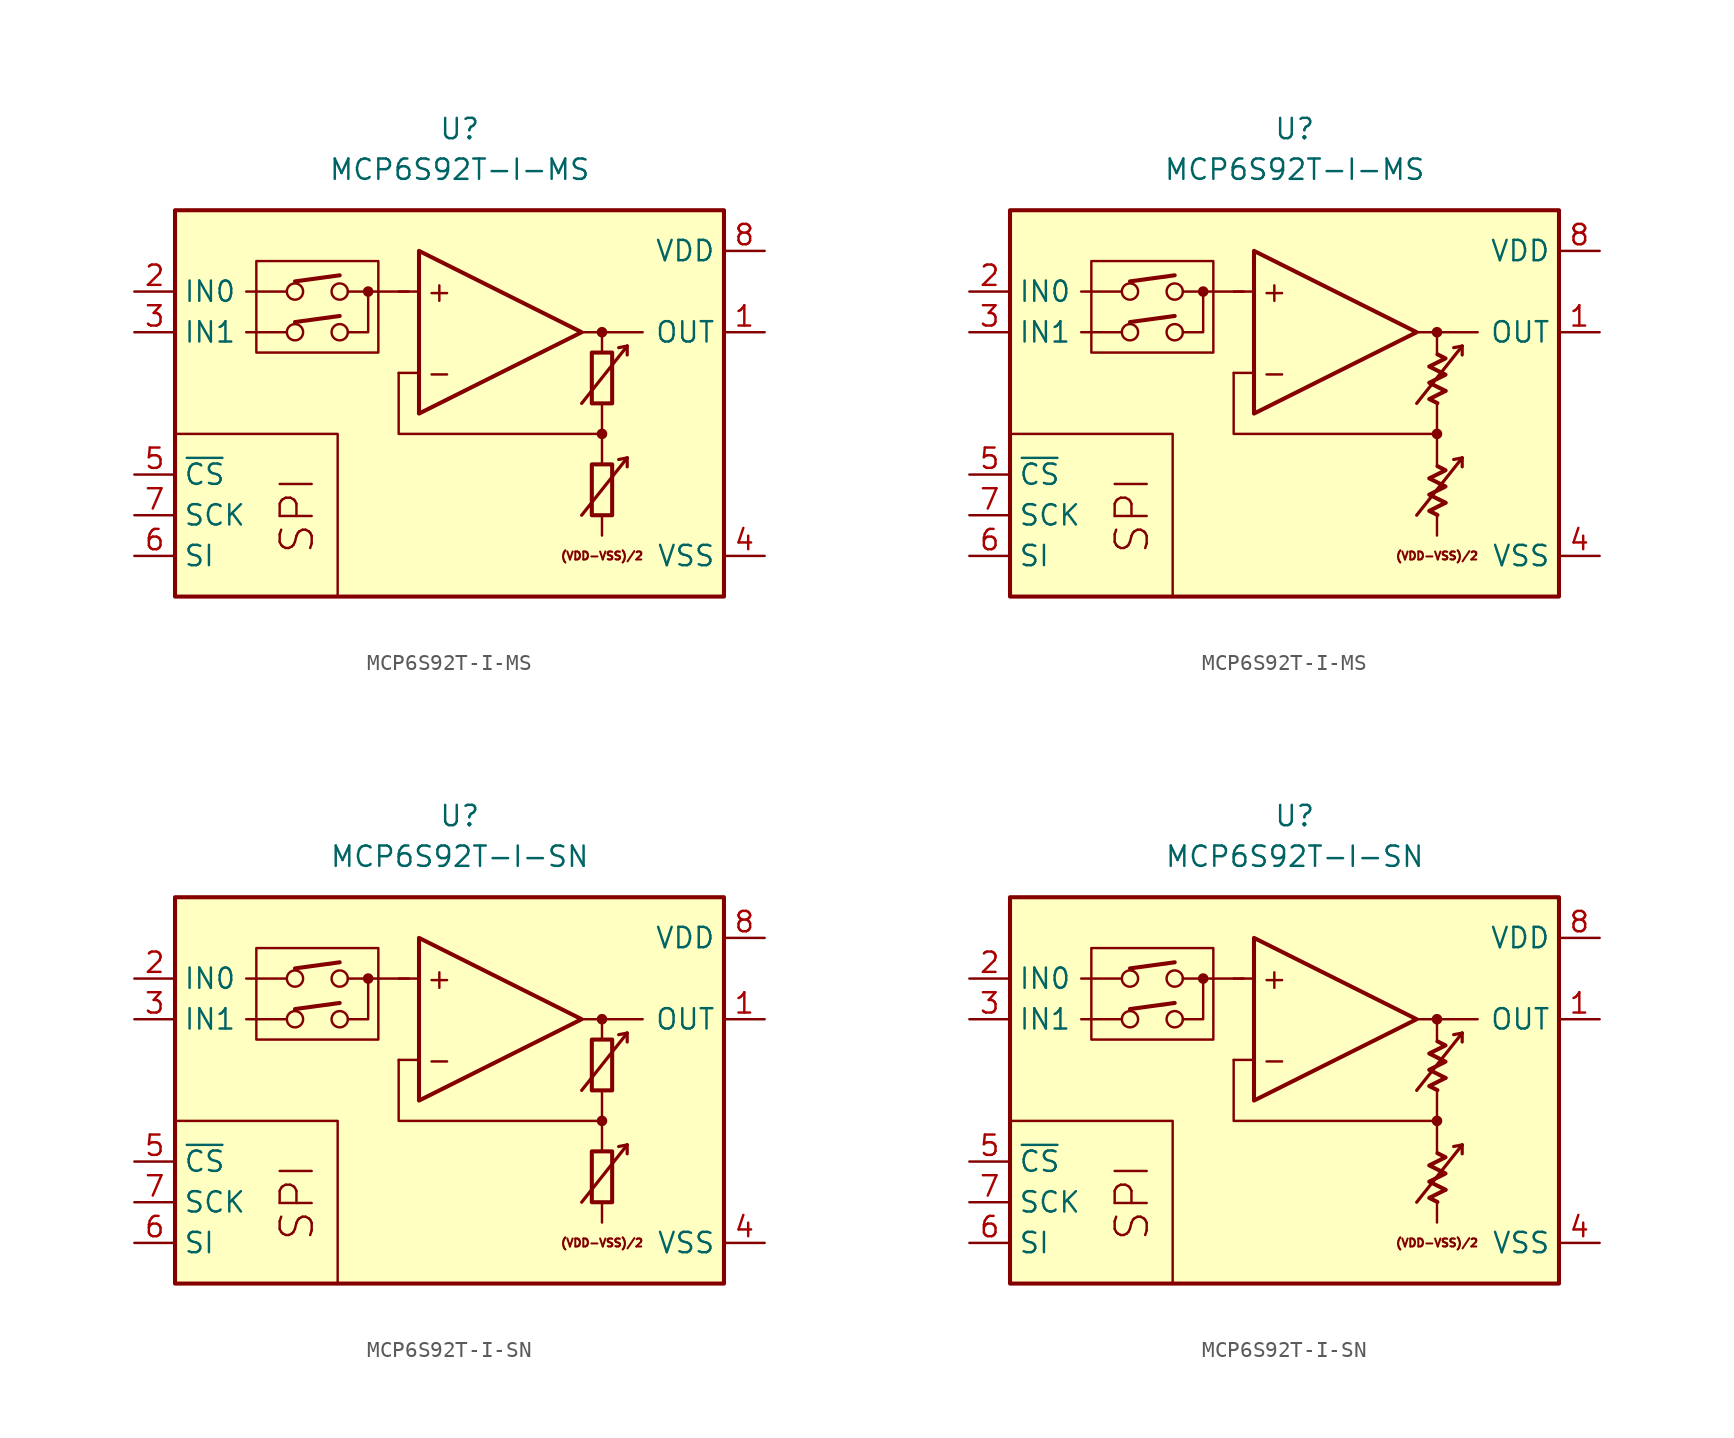
<source format=kicad_sym>
(kicad_symbol_lib
  (version 20231120)
  (generator "kicad_symbol_editor")
  (generator_version "8.0")
  (symbol "MCP6S92T-I-MS"
    (property "Reference" "U"
      (at 0 17.78 0)
      (effects (font (size 1.27 1.27))))
    (property "Value" "MCP6S92T-I-MS"
      (at 0 15.24 0)
      (effects (font (size 1.27 1.27))))
    (symbol "MCP6S92T-I-MS_0_0"
      (rectangle (start -17.78 12.7) (end 16.51 -11.43) (stroke (width 0.254) (type default)) (fill (type background)))
      (rectangle (start -12.7 9.525) (end -5.08 3.81) (stroke (width 0.152) (type default)) (fill (type none)))
      (circle (center -10.287 5.08) (radius 0.508) (stroke (width 0) (type default)) (fill (type none)))
      (circle (center -10.287 7.62) (radius 0.508) (stroke (width 0) (type default)) (fill (type none)))
      (circle (center -7.493 5.08) (radius 0.508) (stroke (width 0) (type default)) (fill (type none)))
      (circle (center -7.493 7.62) (radius 0.508) (stroke (width 0) (type default)) (fill (type none)))
      (circle (center -5.715 7.62) (radius 0.254) (stroke (width 0.152) (type default)) (fill (type outline)))
      (polyline (pts (xy 8.89 -3.81)) (stroke (width 0.152) (type default)) (fill (type none)))
      (polyline (pts (xy 8.89 -3.81)) (stroke (width 0.152) (type default)) (fill (type none)))
      (polyline (pts (xy 8.89 -3.175)) (stroke (width 0.152) (type default)) (fill (type none)))
      (polyline (pts (xy 8.89 3.175)) (stroke (width 0.152) (type default)) (fill (type none)))
      (polyline (pts (xy 8.89 3.81)) (stroke (width 0.152) (type default)) (fill (type none)))
      (polyline (pts (xy 8.89 3.81)) (stroke (width 0.152) (type default)) (fill (type none)))
      (polyline (pts (xy -10.795 5.08) (xy -13.335 5.08)) (stroke (width 0.152) (type default)) (fill (type none)))
      (polyline (pts (xy -10.795 7.62) (xy -13.335 7.62)) (stroke (width 0.152) (type default)) (fill (type none)))
      (polyline (pts (xy -10.287 5.715) (xy -7.493 6.096)) (stroke (width 0.254) (type default)) (fill (type none)))
      (polyline (pts (xy -10.287 8.255) (xy -7.493 8.636)) (stroke (width 0.254) (type default)) (fill (type none)))
      (polyline (pts (xy -3.175 7.62) (xy -6.985 7.62)) (stroke (width 0.152) (type default)) (fill (type none)))
      (polyline (pts (xy -2.54 2.54) (xy -3.81 2.54)) (stroke (width 0.152) (type default)) (fill (type none)))
      (polyline (pts (xy -2.54 7.62) (xy -3.81 7.62)) (stroke (width 0.152) (type default)) (fill (type none)))
      (polyline (pts (xy 7.62 5.08) (xy 11.43 5.08)) (stroke (width 0.152) (type default)) (fill (type none)))
      (polyline (pts (xy 8.89 -6.35) (xy 8.89 -7.62)) (stroke (width 0.152) (type default)) (fill (type none)))
      (polyline (pts (xy 8.89 -1.27) (xy 8.89 -3.175)) (stroke (width 0.152) (type default)) (fill (type none)))
      (polyline (pts (xy 8.89 0.635) (xy 8.89 -1.27)) (stroke (width 0.152) (type default)) (fill (type none)))
      (polyline (pts (xy 8.89 5.08) (xy 8.89 3.81)) (stroke (width 0.152) (type default)) (fill (type none)))
      (polyline (pts (xy -7.62 -11.43) (xy -7.62 -1.27) (xy -17.78 -1.27)) (stroke (width 0.152) (type default)) (fill (type none)))
      (polyline (pts (xy -6.985 5.08) (xy -5.715 5.08) (xy -5.715 7.62)) (stroke (width 0.152) (type default)) (fill (type none)))
      (polyline (pts (xy 8.89 -1.27) (xy -3.81 -1.27) (xy -3.81 2.54)) (stroke (width 0.152) (type default)) (fill (type none)))
      (circle (center 8.89 -1.27) (radius 0.254) (stroke (width 0.152) (type default)) (fill (type outline)))
      (circle (center 8.89 5.08) (radius 0.254) (stroke (width 0.152) (type default)) (fill (type outline)))
      (text "(VDD-VSS)/2" (at 8.89 -8.89 0) (effects (font (size 0.5 0.5))))
      (text "+" (at -1.27 7.62 0) (effects (font (size 1.27 1.27))))
      (text "-" (at -1.27 2.54 0) (effects (font (size 1.27 1.27))))
      (text "SPI" (at -10.16 -6.35 900) (effects (font (size 2 2)))))
    (symbol "MCP6S92T-I-MS_0_1"
      (rectangle (start 8.255 -3.175) (end 9.525 -6.35) (stroke (width 0.254) (type default)) (fill (type none)))
      (rectangle (start 8.255 3.81) (end 9.525 0.635) (stroke (width 0.254) (type default)) (fill (type none))))
    (symbol "MCP6S92T-I-MS_0_2"
      (polyline (pts (xy 9.422 -5.572) (xy 8.406 -6.08) (xy 8.915 -6.333)) (stroke (width 0.254) (type default)) (fill (type none)))
      (polyline (pts (xy 9.422 1.413) (xy 8.406 0.905) (xy 8.915 0.651)) (stroke (width 0.254) (type default)) (fill (type none)))
      (polyline (pts (xy 8.915 -3.285) (xy 9.422 -3.539) (xy 8.406 -4.048) (xy 9.422 -4.556) (xy 8.406 -5.064) (xy 9.422 -5.572)) (stroke (width 0.254) (type default)) (fill (type none)))
      (polyline (pts (xy 8.915 3.7) (xy 9.422 3.446) (xy 8.406 2.938) (xy 9.422 2.429) (xy 8.406 1.921) (xy 9.422 1.413)) (stroke (width 0.254) (type default)) (fill (type none))))
    (symbol "MCP6S92T-I-MS_1_0"
      (polyline (pts (xy 10.465 -2.769) (xy 9.931 -2.87)) (stroke (width 0.2) (type default)) (fill (type none)))
      (polyline (pts (xy 10.465 -2.769) (xy 10.465 -3.327)) (stroke (width 0.2) (type default)) (fill (type none)))
      (polyline (pts (xy 10.465 4.216) (xy 9.931 4.115)) (stroke (width 0.2) (type default)) (fill (type none)))
      (polyline (pts (xy 10.465 4.216) (xy 10.465 3.658)) (stroke (width 0.2) (type default)) (fill (type none)))
      (polyline (pts (xy -2.54 10.16) (xy -2.54 0) (xy 7.62 5.08) (xy -2.54 10.16)) (stroke (width 0.254) (type default)) (fill (type background)))
      (polyline (pts (xy 7.62 -6.35) (xy 10.465 -2.769) (xy 10.465 -2.769) (xy 10.465 -2.769)) (stroke (width 0.2) (type default)) (fill (type none)))
      (polyline (pts (xy 7.62 0.635) (xy 10.465 4.216) (xy 10.465 4.216) (xy 10.465 4.216)) (stroke (width 0.2) (type default)) (fill (type none))))
    (symbol "MCP6S92T-I-MS_1_1"
      (pin output line (at 19.05 5.08 180) (length 2.54) (name "OUT" (effects (font (size 1.27 1.27)))) (number "1" (effects (font (size 1.27 1.27)))))
      (pin input line (at -20.32 7.62 0) (length 2.54) (name "IN0" (effects (font (size 1.27 1.27)))) (number "2" (effects (font (size 1.27 1.27)))))
      (pin input line (at -20.32 5.08 0) (length 2.54) (name "IN1" (effects (font (size 1.27 1.27)))) (number "3" (effects (font (size 1.27 1.27)))))
      (pin power_in line (at 19.05 -8.89 180) (length 2.54) (name "VSS" (effects (font (size 1.27 1.27)))) (number "4" (effects (font (size 1.27 1.27)))))
      (pin input line (at -20.32 -3.81 0) (length 2.54) (name "~{CS}" (effects (font (size 1.27 1.27)))) (number "5" (effects (font (size 1.27 1.27)))))
      (pin input line (at -20.32 -8.89 0) (length 2.54) (name "SI" (effects (font (size 1.27 1.27)))) (number "6" (effects (font (size 1.27 1.27)))))
      (pin input line (at -20.32 -6.35 0) (length 2.54) (name "SCK" (effects (font (size 1.27 1.27)))) (number "7" (effects (font (size 1.27 1.27)))))
      (pin power_in line (at 19.05 10.16 180) (length 2.54) (name "VDD" (effects (font (size 1.27 1.27)))) (number "8" (effects (font (size 1.27 1.27))))))
    (symbol "MCP6S92T-I-MS_1_2"
      (pin output line (at 19.05 5.08 180) (length 2.54) (name "OUT" (effects (font (size 1.27 1.27)))) (number "1" (effects (font (size 1.27 1.27)))))
      (pin input line (at -20.32 7.62 0) (length 2.54) (name "IN0" (effects (font (size 1.27 1.27)))) (number "2" (effects (font (size 1.27 1.27)))))
      (pin input line (at -20.32 5.08 0) (length 2.54) (name "IN1" (effects (font (size 1.27 1.27)))) (number "3" (effects (font (size 1.27 1.27)))))
      (pin power_in line (at 19.05 -8.89 180) (length 2.54) (name "VSS" (effects (font (size 1.27 1.27)))) (number "4" (effects (font (size 1.27 1.27)))))
      (pin input line (at -20.32 -3.81 0) (length 2.54) (name "~{CS}" (effects (font (size 1.27 1.27)))) (number "5" (effects (font (size 1.27 1.27)))))
      (pin input line (at -20.32 -8.89 0) (length 2.54) (name "SI" (effects (font (size 1.27 1.27)))) (number "6" (effects (font (size 1.27 1.27)))))
      (pin input line (at -20.32 -6.35 0) (length 2.54) (name "SCK" (effects (font (size 1.27 1.27)))) (number "7" (effects (font (size 1.27 1.27)))))
      (pin power_in line (at 19.05 10.16 180) (length 2.54) (name "VDD" (effects (font (size 1.27 1.27)))) (number "8" (effects (font (size 1.27 1.27)))))))
  (symbol "MCP6S92T-I-SN"
    (property "Reference" "U"
      (at 0 17.78 0)
      (effects (font (size 1.27 1.27))))
    (property "Value" "MCP6S92T-I-SN"
      (at 0 15.24 0)
      (effects (font (size 1.27 1.27))))
    (symbol "MCP6S92T-I-SN_0_0"
      (rectangle (start -17.78 12.7) (end 16.51 -11.43) (stroke (width 0.254) (type default)) (fill (type background)))
      (rectangle (start -12.7 9.525) (end -5.08 3.81) (stroke (width 0.152) (type default)) (fill (type none)))
      (circle (center -10.287 5.08) (radius 0.508) (stroke (width 0) (type default)) (fill (type none)))
      (circle (center -10.287 7.62) (radius 0.508) (stroke (width 0) (type default)) (fill (type none)))
      (circle (center -7.493 5.08) (radius 0.508) (stroke (width 0) (type default)) (fill (type none)))
      (circle (center -7.493 7.62) (radius 0.508) (stroke (width 0) (type default)) (fill (type none)))
      (circle (center -5.715 7.62) (radius 0.254) (stroke (width 0.152) (type default)) (fill (type outline)))
      (polyline (pts (xy 8.89 -3.81)) (stroke (width 0.152) (type default)) (fill (type none)))
      (polyline (pts (xy 8.89 -3.81)) (stroke (width 0.152) (type default)) (fill (type none)))
      (polyline (pts (xy 8.89 -3.175)) (stroke (width 0.152) (type default)) (fill (type none)))
      (polyline (pts (xy 8.89 3.175)) (stroke (width 0.152) (type default)) (fill (type none)))
      (polyline (pts (xy 8.89 3.81)) (stroke (width 0.152) (type default)) (fill (type none)))
      (polyline (pts (xy 8.89 3.81)) (stroke (width 0.152) (type default)) (fill (type none)))
      (polyline (pts (xy -10.795 5.08) (xy -13.335 5.08)) (stroke (width 0.152) (type default)) (fill (type none)))
      (polyline (pts (xy -10.795 7.62) (xy -13.335 7.62)) (stroke (width 0.152) (type default)) (fill (type none)))
      (polyline (pts (xy -10.287 5.715) (xy -7.493 6.096)) (stroke (width 0.254) (type default)) (fill (type none)))
      (polyline (pts (xy -10.287 8.255) (xy -7.493 8.636)) (stroke (width 0.254) (type default)) (fill (type none)))
      (polyline (pts (xy -3.175 7.62) (xy -6.985 7.62)) (stroke (width 0.152) (type default)) (fill (type none)))
      (polyline (pts (xy -2.54 2.54) (xy -3.81 2.54)) (stroke (width 0.152) (type default)) (fill (type none)))
      (polyline (pts (xy -2.54 7.62) (xy -3.81 7.62)) (stroke (width 0.152) (type default)) (fill (type none)))
      (polyline (pts (xy 7.62 5.08) (xy 11.43 5.08)) (stroke (width 0.152) (type default)) (fill (type none)))
      (polyline (pts (xy 8.89 -6.35) (xy 8.89 -7.62)) (stroke (width 0.152) (type default)) (fill (type none)))
      (polyline (pts (xy 8.89 -1.27) (xy 8.89 -3.175)) (stroke (width 0.152) (type default)) (fill (type none)))
      (polyline (pts (xy 8.89 0.635) (xy 8.89 -1.27)) (stroke (width 0.152) (type default)) (fill (type none)))
      (polyline (pts (xy 8.89 5.08) (xy 8.89 3.81)) (stroke (width 0.152) (type default)) (fill (type none)))
      (polyline (pts (xy -7.62 -11.43) (xy -7.62 -1.27) (xy -17.78 -1.27)) (stroke (width 0.152) (type default)) (fill (type none)))
      (polyline (pts (xy -6.985 5.08) (xy -5.715 5.08) (xy -5.715 7.62)) (stroke (width 0.152) (type default)) (fill (type none)))
      (polyline (pts (xy 8.89 -1.27) (xy -3.81 -1.27) (xy -3.81 2.54)) (stroke (width 0.152) (type default)) (fill (type none)))
      (circle (center 8.89 -1.27) (radius 0.254) (stroke (width 0.152) (type default)) (fill (type outline)))
      (circle (center 8.89 5.08) (radius 0.254) (stroke (width 0.152) (type default)) (fill (type outline)))
      (text "(VDD-VSS)/2" (at 8.89 -8.89 0) (effects (font (size 0.5 0.5))))
      (text "+" (at -1.27 7.62 0) (effects (font (size 1.27 1.27))))
      (text "-" (at -1.27 2.54 0) (effects (font (size 1.27 1.27))))
      (text "SPI" (at -10.16 -6.35 900) (effects (font (size 2 2)))))
    (symbol "MCP6S92T-I-SN_0_1"
      (rectangle (start 8.255 -3.175) (end 9.525 -6.35) (stroke (width 0.254) (type default)) (fill (type none)))
      (rectangle (start 8.255 3.81) (end 9.525 0.635) (stroke (width 0.254) (type default)) (fill (type none))))
    (symbol "MCP6S92T-I-SN_0_2"
      (polyline (pts (xy 9.422 -5.572) (xy 8.406 -6.08) (xy 8.915 -6.333)) (stroke (width 0.254) (type default)) (fill (type none)))
      (polyline (pts (xy 9.422 1.413) (xy 8.406 0.905) (xy 8.915 0.651)) (stroke (width 0.254) (type default)) (fill (type none)))
      (polyline (pts (xy 8.915 -3.285) (xy 9.422 -3.539) (xy 8.406 -4.048) (xy 9.422 -4.556) (xy 8.406 -5.064) (xy 9.422 -5.572)) (stroke (width 0.254) (type default)) (fill (type none)))
      (polyline (pts (xy 8.915 3.7) (xy 9.422 3.446) (xy 8.406 2.938) (xy 9.422 2.429) (xy 8.406 1.921) (xy 9.422 1.413)) (stroke (width 0.254) (type default)) (fill (type none))))
    (symbol "MCP6S92T-I-SN_1_0"
      (polyline (pts (xy 10.465 -2.769) (xy 9.931 -2.87)) (stroke (width 0.2) (type default)) (fill (type none)))
      (polyline (pts (xy 10.465 -2.769) (xy 10.465 -3.327)) (stroke (width 0.2) (type default)) (fill (type none)))
      (polyline (pts (xy 10.465 4.216) (xy 9.931 4.115)) (stroke (width 0.2) (type default)) (fill (type none)))
      (polyline (pts (xy 10.465 4.216) (xy 10.465 3.658)) (stroke (width 0.2) (type default)) (fill (type none)))
      (polyline (pts (xy -2.54 10.16) (xy -2.54 0) (xy 7.62 5.08) (xy -2.54 10.16)) (stroke (width 0.254) (type default)) (fill (type background)))
      (polyline (pts (xy 7.62 -6.35) (xy 10.465 -2.769) (xy 10.465 -2.769) (xy 10.465 -2.769)) (stroke (width 0.2) (type default)) (fill (type none)))
      (polyline (pts (xy 7.62 0.635) (xy 10.465 4.216) (xy 10.465 4.216) (xy 10.465 4.216)) (stroke (width 0.2) (type default)) (fill (type none))))
    (symbol "MCP6S92T-I-SN_1_1"
      (pin output line (at 19.05 5.08 180) (length 2.54) (name "OUT" (effects (font (size 1.27 1.27)))) (number "1" (effects (font (size 1.27 1.27)))))
      (pin input line (at -20.32 7.62 0) (length 2.54) (name "IN0" (effects (font (size 1.27 1.27)))) (number "2" (effects (font (size 1.27 1.27)))))
      (pin input line (at -20.32 5.08 0) (length 2.54) (name "IN1" (effects (font (size 1.27 1.27)))) (number "3" (effects (font (size 1.27 1.27)))))
      (pin power_in line (at 19.05 -8.89 180) (length 2.54) (name "VSS" (effects (font (size 1.27 1.27)))) (number "4" (effects (font (size 1.27 1.27)))))
      (pin input line (at -20.32 -3.81 0) (length 2.54) (name "~{CS}" (effects (font (size 1.27 1.27)))) (number "5" (effects (font (size 1.27 1.27)))))
      (pin input line (at -20.32 -8.89 0) (length 2.54) (name "SI" (effects (font (size 1.27 1.27)))) (number "6" (effects (font (size 1.27 1.27)))))
      (pin input line (at -20.32 -6.35 0) (length 2.54) (name "SCK" (effects (font (size 1.27 1.27)))) (number "7" (effects (font (size 1.27 1.27)))))
      (pin power_in line (at 19.05 10.16 180) (length 2.54) (name "VDD" (effects (font (size 1.27 1.27)))) (number "8" (effects (font (size 1.27 1.27))))))
    (symbol "MCP6S92T-I-SN_1_2"
      (pin output line (at 19.05 5.08 180) (length 2.54) (name "OUT" (effects (font (size 1.27 1.27)))) (number "1" (effects (font (size 1.27 1.27)))))
      (pin input line (at -20.32 7.62 0) (length 2.54) (name "IN0" (effects (font (size 1.27 1.27)))) (number "2" (effects (font (size 1.27 1.27)))))
      (pin input line (at -20.32 5.08 0) (length 2.54) (name "IN1" (effects (font (size 1.27 1.27)))) (number "3" (effects (font (size 1.27 1.27)))))
      (pin power_in line (at 19.05 -8.89 180) (length 2.54) (name "VSS" (effects (font (size 1.27 1.27)))) (number "4" (effects (font (size 1.27 1.27)))))
      (pin input line (at -20.32 -3.81 0) (length 2.54) (name "~{CS}" (effects (font (size 1.27 1.27)))) (number "5" (effects (font (size 1.27 1.27)))))
      (pin input line (at -20.32 -8.89 0) (length 2.54) (name "SI" (effects (font (size 1.27 1.27)))) (number "6" (effects (font (size 1.27 1.27)))))
      (pin input line (at -20.32 -6.35 0) (length 2.54) (name "SCK" (effects (font (size 1.27 1.27)))) (number "7" (effects (font (size 1.27 1.27)))))
      (pin power_in line (at 19.05 10.16 180) (length 2.54) (name "VDD" (effects (font (size 1.27 1.27)))) (number "8" (effects (font (size 1.27 1.27))))))))
</source>
